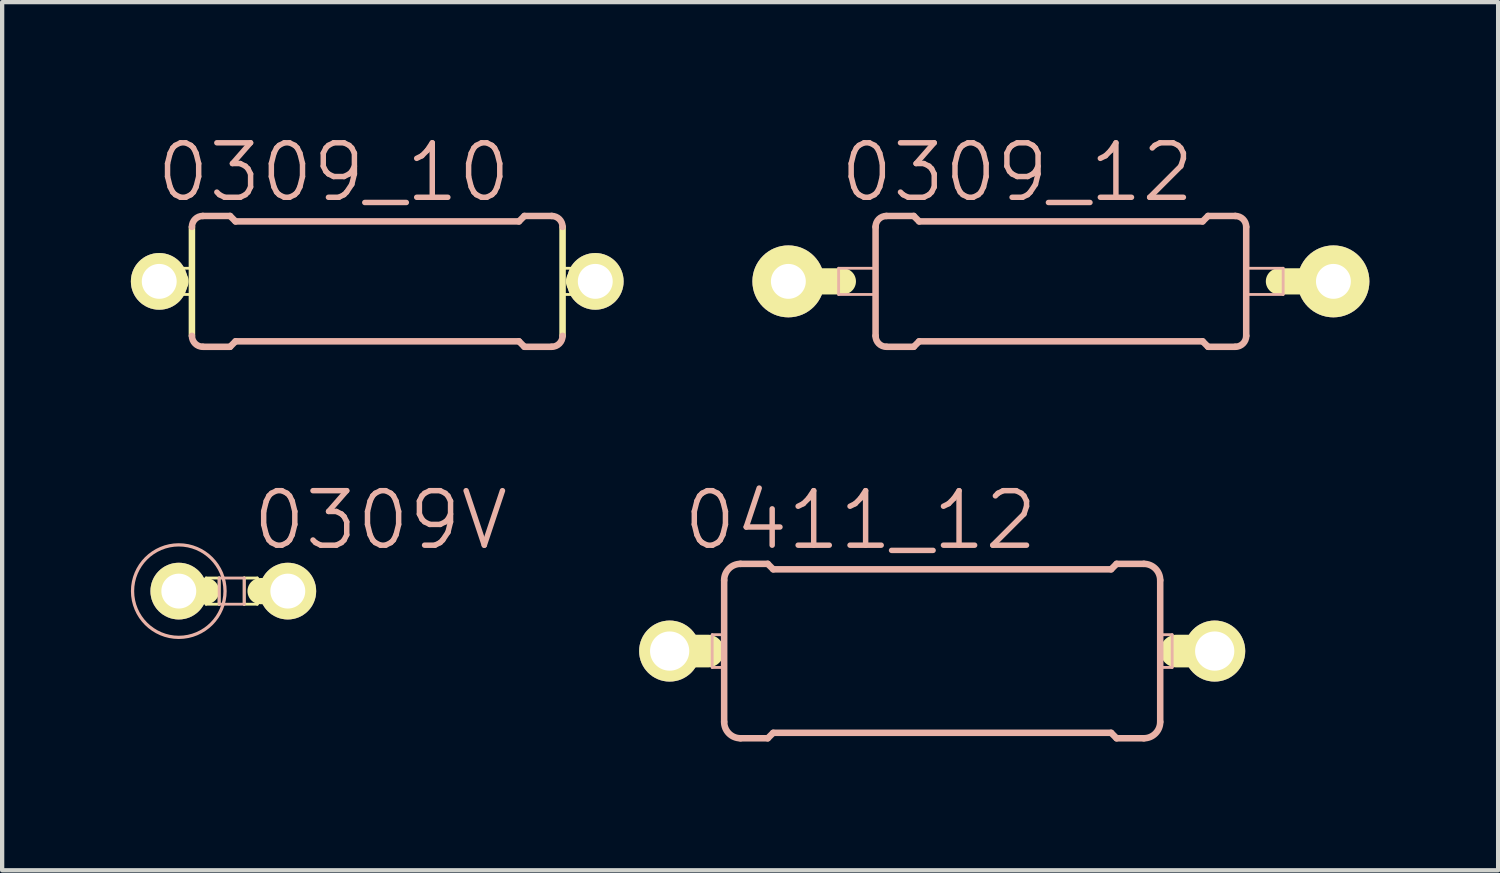
<source format=kicad_pcb>
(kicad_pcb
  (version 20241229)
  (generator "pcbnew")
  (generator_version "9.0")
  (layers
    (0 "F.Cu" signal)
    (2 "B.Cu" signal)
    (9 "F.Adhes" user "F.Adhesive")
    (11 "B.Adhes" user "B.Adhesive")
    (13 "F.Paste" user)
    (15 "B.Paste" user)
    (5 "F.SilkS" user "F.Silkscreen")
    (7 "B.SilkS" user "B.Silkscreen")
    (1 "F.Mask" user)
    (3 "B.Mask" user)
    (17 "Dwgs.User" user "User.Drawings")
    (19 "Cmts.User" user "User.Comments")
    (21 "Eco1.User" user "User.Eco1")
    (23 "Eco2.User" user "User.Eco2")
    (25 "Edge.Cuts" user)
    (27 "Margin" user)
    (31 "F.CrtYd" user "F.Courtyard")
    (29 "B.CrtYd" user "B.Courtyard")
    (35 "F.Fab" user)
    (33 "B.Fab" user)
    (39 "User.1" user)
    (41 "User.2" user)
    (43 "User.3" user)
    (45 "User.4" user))
  (footprint "0309V"
    (layer "F.Cu")
    (at 2.386 10.723)
    (property "Reference" "0309V" (at 3.429 -1.651 0) (layer "B.SilkS") (effects (font (size 1.27 1.27) (thickness 0.127))))
    (attr exclude_from_pos_files exclude_from_bom)
    (fp_line (start -0.635 -0.305) (end -0.33 -0.305) (stroke (width 0.066) (type solid)) (layer "F.SilkS"))
    (fp_line (start -0.635 0) (end -1.27 0) (stroke (width 0.61) (type solid)) (layer "F.SilkS"))
    (fp_line (start -0.635 0.305) (end -0.635 -0.305) (stroke (width 0.066) (type solid)) (layer "F.SilkS"))
    (fp_line (start -0.635 0.305) (end -0.33 0.305) (stroke (width 0.066) (type solid)) (layer "F.SilkS"))
    (fp_line (start -0.33 0.305) (end -0.33 -0.305) (stroke (width 0.066) (type solid)) (layer "F.SilkS"))
    (fp_line (start 0.254 -0.305) (end 0.559 -0.305) (stroke (width 0.066) (type solid)) (layer "F.SilkS"))
    (fp_line (start 0.254 0.305) (end 0.254 -0.305) (stroke (width 0.066) (type solid)) (layer "F.SilkS"))
    (fp_line (start 0.254 0.305) (end 0.559 0.305) (stroke (width 0.066) (type solid)) (layer "F.SilkS"))
    (fp_line (start 0.559 0.305) (end 0.559 -0.305) (stroke (width 0.066) (type solid)) (layer "F.SilkS"))
    (fp_line (start 1.27 0) (end 0.635 0) (stroke (width 0.61) (type solid)) (layer "F.SilkS"))
    (fp_circle (center -1.27 0) (end -1.651 0.381) (stroke (width 0.076) (type solid)) (fill no) (layer "F.SilkS"))
    (fp_line (start -0.33 -0.305) (end 0.254 -0.305) (stroke (width 0.066) (type solid)) (layer "B.SilkS"))
    (fp_line (start -0.33 0.305) (end -0.33 -0.305) (stroke (width 0.066) (type solid)) (layer "B.SilkS"))
    (fp_line (start -0.33 0.305) (end 0.254 0.305) (stroke (width 0.066) (type solid)) (layer "B.SilkS"))
    (fp_line (start 0.254 0.305) (end 0.254 -0.305) (stroke (width 0.066) (type solid)) (layer "B.SilkS"))
    (fp_circle (center -1.27 0) (end -2.032 0.762) (stroke (width 0.076) (type solid)) (fill no) (layer "B.SilkS"))
    (pad "1" thru_hole circle (at -1.27 0) (size 1.321 1.321) (drill 0.813) (layers "*.Cu" "F.Mask" "F.SilkS" "F.Paste"))
    (pad "2" thru_hole circle (at 1.27 0) (size 1.321 1.321) (drill 0.813) (layers "*.Cu" "F.Mask" "F.SilkS" "F.Paste")))
  (footprint "0309_12"
    (layer "F.Cu")
    (at 21.669 3.506)
    (property "Reference" "0309_12" (at -1.016 -2.54 0) (layer "B.SilkS") (effects (font (size 1.27 1.27) (thickness 0.127))))
    (attr exclude_from_pos_files exclude_from_bom)
    (fp_line (start -6.35 0) (end -5.08 0) (stroke (width 0.61) (type solid)) (layer "F.SilkS"))
    (fp_line (start 6.35 0) (end 5.08 0) (stroke (width 0.61) (type solid)) (layer "F.SilkS"))
    (fp_line (start -5.179 -0.305) (end -4.318 -0.305) (stroke (width 0.066) (type solid)) (layer "B.SilkS"))
    (fp_line (start -5.179 0.305) (end -5.179 -0.305) (stroke (width 0.066) (type solid)) (layer "B.SilkS"))
    (fp_line (start -5.179 0.305) (end -4.318 0.305) (stroke (width 0.066) (type solid)) (layer "B.SilkS"))
    (fp_line (start -4.318 0.305) (end -4.318 -0.305) (stroke (width 0.066) (type solid)) (layer "B.SilkS"))
    (fp_line (start -4.318 1.27) (end -4.318 -1.27) (stroke (width 0.152) (type solid)) (layer "B.SilkS"))
    (fp_line (start -4.064 -1.524) (end -3.429 -1.524) (stroke (width 0.152) (type solid)) (layer "B.SilkS"))
    (fp_line (start -4.064 1.524) (end -3.429 1.524) (stroke (width 0.152) (type solid)) (layer "B.SilkS"))
    (fp_line (start -3.302 -1.397) (end -3.429 -1.524) (stroke (width 0.152) (type solid)) (layer "B.SilkS"))
    (fp_line (start -3.302 1.397) (end -3.429 1.524) (stroke (width 0.152) (type solid)) (layer "B.SilkS"))
    (fp_line (start 3.302 -1.397) (end -3.302 -1.397) (stroke (width 0.152) (type solid)) (layer "B.SilkS"))
    (fp_line (start 3.302 -1.397) (end 3.429 -1.524) (stroke (width 0.152) (type solid)) (layer "B.SilkS"))
    (fp_line (start 3.302 1.397) (end -3.302 1.397) (stroke (width 0.152) (type solid)) (layer "B.SilkS"))
    (fp_line (start 3.302 1.397) (end 3.429 1.524) (stroke (width 0.152) (type solid)) (layer "B.SilkS"))
    (fp_line (start 4.064 -1.524) (end 3.429 -1.524) (stroke (width 0.152) (type solid)) (layer "B.SilkS"))
    (fp_line (start 4.064 1.524) (end 3.429 1.524) (stroke (width 0.152) (type solid)) (layer "B.SilkS"))
    (fp_line (start 4.318 -0.305) (end 5.179 -0.305) (stroke (width 0.066) (type solid)) (layer "B.SilkS"))
    (fp_line (start 4.318 0.305) (end 4.318 -0.305) (stroke (width 0.066) (type solid)) (layer "B.SilkS"))
    (fp_line (start 4.318 0.305) (end 5.179 0.305) (stroke (width 0.066) (type solid)) (layer "B.SilkS"))
    (fp_line (start 4.318 1.27) (end 4.318 -1.27) (stroke (width 0.152) (type solid)) (layer "B.SilkS"))
    (fp_line (start 5.179 0.305) (end 5.179 -0.305) (stroke (width 0.066) (type solid)) (layer "B.SilkS"))
    (fp_arc (start -4.318 -1.27) (mid -4.243605 -1.449605) (end -4.064 -1.524) (stroke (width 0.1524) (type solid)) (layer "B.SilkS"))
    (fp_arc (start -4.064 1.524) (mid -4.243605 1.449605) (end -4.318 1.27) (stroke (width 0.1524) (type solid)) (layer "B.SilkS"))
    (fp_arc (start 4.064 -1.524) (mid 4.243605 -1.449605) (end 4.318 -1.27) (stroke (width 0.1524) (type solid)) (layer "B.SilkS"))
    (fp_arc (start 4.318 1.27) (mid 4.243605 1.449605) (end 4.064 1.524) (stroke (width 0.1524) (type solid)) (layer "B.SilkS"))
    (pad "1" thru_hole circle (at -6.35 0) (size 1.676 1.676) (drill 0.813) (layers "*.Cu" "F.Mask" "F.SilkS" "F.Paste"))
    (pad "2" thru_hole circle (at 6.35 0) (size 1.676 1.676) (drill 0.813) (layers "*.Cu" "F.Mask" "F.SilkS" "F.Paste")))
  (footprint "0411_12"
    (layer "F.Cu")
    (at 18.903 12.12)
    (property "Reference" "0411_12" (at -1.905 -3.048 0) (layer "B.SilkS") (effects (font (size 1.27 1.27) (thickness 0.127))))
    (attr exclude_from_pos_files exclude_from_bom)
    (fp_line (start -6.35 0) (end -5.461 0) (stroke (width 0.762) (type solid)) (layer "F.SilkS"))
    (fp_line (start 6.35 0) (end 5.461 0) (stroke (width 0.762) (type solid)) (layer "F.SilkS"))
    (fp_line (start -5.359 -0.381) (end -5.08 -0.381) (stroke (width 0.066) (type solid)) (layer "B.SilkS"))
    (fp_line (start -5.359 0.381) (end -5.359 -0.381) (stroke (width 0.066) (type solid)) (layer "B.SilkS"))
    (fp_line (start -5.359 0.381) (end -5.08 0.381) (stroke (width 0.066) (type solid)) (layer "B.SilkS"))
    (fp_line (start -5.08 -1.651) (end -5.08 1.651) (stroke (width 0.152) (type solid)) (layer "B.SilkS"))
    (fp_line (start -5.08 0.381) (end -5.08 -0.381) (stroke (width 0.066) (type solid)) (layer "B.SilkS"))
    (fp_line (start -4.699 -2.032) (end -4.064 -2.032) (stroke (width 0.152) (type solid)) (layer "B.SilkS"))
    (fp_line (start -4.699 2.032) (end -4.064 2.032) (stroke (width 0.152) (type solid)) (layer "B.SilkS"))
    (fp_line (start -3.937 -1.905) (end -4.064 -2.032) (stroke (width 0.152) (type solid)) (layer "B.SilkS"))
    (fp_line (start -3.937 -1.905) (end 3.937 -1.905) (stroke (width 0.152) (type solid)) (layer "B.SilkS"))
    (fp_line (start -3.937 1.905) (end -4.064 2.032) (stroke (width 0.152) (type solid)) (layer "B.SilkS"))
    (fp_line (start -3.937 1.905) (end 3.937 1.905) (stroke (width 0.152) (type solid)) (layer "B.SilkS"))
    (fp_line (start 3.937 -1.905) (end 4.064 -2.032) (stroke (width 0.152) (type solid)) (layer "B.SilkS"))
    (fp_line (start 3.937 1.905) (end 4.064 2.032) (stroke (width 0.152) (type solid)) (layer "B.SilkS"))
    (fp_line (start 4.699 -2.032) (end 4.064 -2.032) (stroke (width 0.152) (type solid)) (layer "B.SilkS"))
    (fp_line (start 4.699 2.032) (end 4.064 2.032) (stroke (width 0.152) (type solid)) (layer "B.SilkS"))
    (fp_line (start 5.08 -0.381) (end 5.359 -0.381) (stroke (width 0.066) (type solid)) (layer "B.SilkS"))
    (fp_line (start 5.08 0.381) (end 5.08 -0.381) (stroke (width 0.066) (type solid)) (layer "B.SilkS"))
    (fp_line (start 5.08 0.381) (end 5.359 0.381) (stroke (width 0.066) (type solid)) (layer "B.SilkS"))
    (fp_line (start 5.08 1.651) (end 5.08 -1.651) (stroke (width 0.152) (type solid)) (layer "B.SilkS"))
    (fp_line (start 5.359 0.381) (end 5.359 -0.381) (stroke (width 0.066) (type solid)) (layer "B.SilkS"))
    (fp_arc (start -5.08 -1.651) (mid -4.968408 -1.920408) (end -4.699 -2.032) (stroke (width 0.1524) (type solid)) (layer "B.SilkS"))
    (fp_arc (start -4.699 2.032) (mid -4.968408 1.920408) (end -5.08 1.651) (stroke (width 0.1524) (type solid)) (layer "B.SilkS"))
    (fp_arc (start 4.699 -2.032) (mid 4.968408 -1.920408) (end 5.08 -1.651) (stroke (width 0.1524) (type solid)) (layer "B.SilkS"))
    (fp_arc (start 5.08 1.651) (mid 4.968408 1.920408) (end 4.699 2.032) (stroke (width 0.1524) (type solid)) (layer "B.SilkS"))
    (pad "1" thru_hole circle (at -6.35 0) (size 1.422 1.422) (drill 0.914) (layers "*.Cu" "F.Mask" "F.SilkS" "F.Paste"))
    (pad "2" thru_hole circle (at 6.35 0) (size 1.422 1.422) (drill 0.914) (layers "*.Cu" "F.Mask" "F.SilkS" "F.Paste")))
  (footprint "0309_10"
    (layer "F.Cu")
    (at 5.74 3.506)
    (property "Reference" "0309_10" (at -1.016 -2.54 0) (layer "B.SilkS") (effects (font (size 1.27 1.27) (thickness 0.127))))
    (attr exclude_from_pos_files exclude_from_bom)
    (fp_line (start -4.699 0) (end -5.08 0) (stroke (width 0.61) (type solid)) (layer "F.SilkS"))
    (fp_line (start -4.623 -0.305) (end -4.318 -0.305) (stroke (width 0.066) (type solid)) (layer "F.SilkS"))
    (fp_line (start -4.623 0.305) (end -4.623 -0.305) (stroke (width 0.066) (type solid)) (layer "F.SilkS"))
    (fp_line (start -4.623 0.305) (end -4.318 0.305) (stroke (width 0.066) (type solid)) (layer "F.SilkS"))
    (fp_line (start -4.318 0.305) (end -4.318 -0.305) (stroke (width 0.066) (type solid)) (layer "F.SilkS"))
    (fp_line (start -4.318 1.27) (end -4.318 -1.27) (stroke (width 0.152) (type solid)) (layer "F.SilkS"))
    (fp_line (start 4.318 -0.305) (end 4.623 -0.305) (stroke (width 0.066) (type solid)) (layer "F.SilkS"))
    (fp_line (start 4.318 0.305) (end 4.318 -0.305) (stroke (width 0.066) (type solid)) (layer "F.SilkS"))
    (fp_line (start 4.318 0.305) (end 4.623 0.305) (stroke (width 0.066) (type solid)) (layer "F.SilkS"))
    (fp_line (start 4.318 1.27) (end 4.318 -1.27) (stroke (width 0.152) (type solid)) (layer "F.SilkS"))
    (fp_line (start 4.623 0.305) (end 4.623 -0.305) (stroke (width 0.066) (type solid)) (layer "F.SilkS"))
    (fp_line (start 5.08 0) (end 4.699 0) (stroke (width 0.61) (type solid)) (layer "F.SilkS"))
    (fp_line (start -4.064 -1.524) (end -3.429 -1.524) (stroke (width 0.152) (type solid)) (layer "B.SilkS"))
    (fp_line (start -4.064 1.524) (end -3.429 1.524) (stroke (width 0.152) (type solid)) (layer "B.SilkS"))
    (fp_line (start -3.302 -1.397) (end -3.429 -1.524) (stroke (width 0.152) (type solid)) (layer "B.SilkS"))
    (fp_line (start -3.302 1.397) (end -3.429 1.524) (stroke (width 0.152) (type solid)) (layer "B.SilkS"))
    (fp_line (start 3.302 -1.397) (end -3.302 -1.397) (stroke (width 0.152) (type solid)) (layer "B.SilkS"))
    (fp_line (start 3.302 -1.397) (end 3.429 -1.524) (stroke (width 0.152) (type solid)) (layer "B.SilkS"))
    (fp_line (start 3.302 1.397) (end -3.302 1.397) (stroke (width 0.152) (type solid)) (layer "B.SilkS"))
    (fp_line (start 3.302 1.397) (end 3.429 1.524) (stroke (width 0.152) (type solid)) (layer "B.SilkS"))
    (fp_line (start 4.064 -1.524) (end 3.429 -1.524) (stroke (width 0.152) (type solid)) (layer "B.SilkS"))
    (fp_line (start 4.064 1.524) (end 3.429 1.524) (stroke (width 0.152) (type solid)) (layer "B.SilkS"))
    (fp_arc (start -4.318 -1.27) (mid -4.243605 -1.449605) (end -4.064 -1.524) (stroke (width 0.1524) (type solid)) (layer "B.SilkS"))
    (fp_arc (start -4.064 1.524) (mid -4.243605 1.449605) (end -4.318 1.27) (stroke (width 0.1524) (type solid)) (layer "B.SilkS"))
    (fp_arc (start 4.064 -1.524) (mid 4.243605 -1.449605) (end 4.318 -1.27) (stroke (width 0.1524) (type solid)) (layer "B.SilkS"))
    (fp_arc (start 4.318 1.27) (mid 4.243605 1.449605) (end 4.064 1.524) (stroke (width 0.1524) (type solid)) (layer "B.SilkS"))
    (pad "1" thru_hole circle (at -5.08 0) (size 1.321 1.321) (drill 0.813) (layers "*.Cu" "F.Mask" "F.SilkS" "F.Paste"))
    (pad "2" thru_hole circle (at 5.08 0) (size 1.321 1.321) (drill 0.813) (layers "*.Cu" "F.Mask" "F.SilkS" "F.Paste")))
  (gr_rect
    (start -3 -3)
    (end 31.857 17.228)
    (stroke (width 0.1) (type default))
    (fill no)
    (layer "Edge.Cuts")))
</source>
